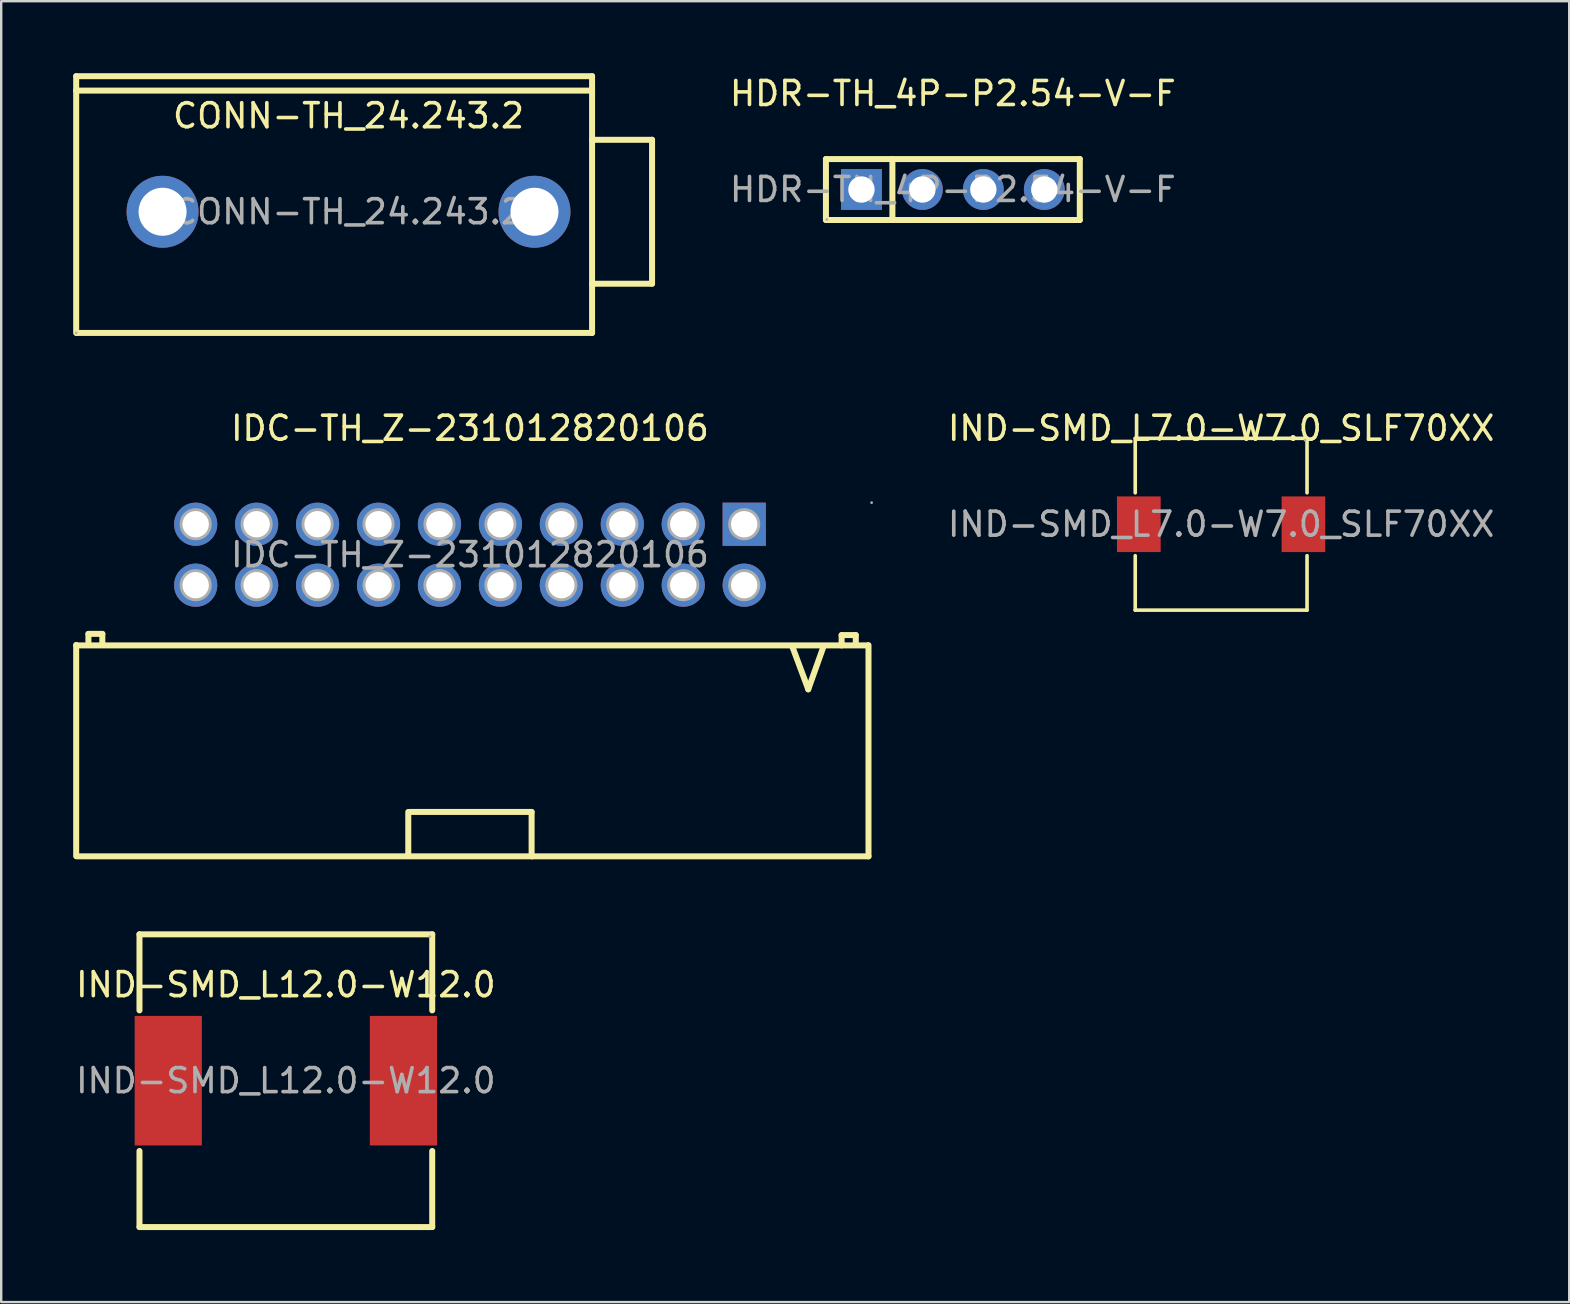
<source format=kicad_pcb>
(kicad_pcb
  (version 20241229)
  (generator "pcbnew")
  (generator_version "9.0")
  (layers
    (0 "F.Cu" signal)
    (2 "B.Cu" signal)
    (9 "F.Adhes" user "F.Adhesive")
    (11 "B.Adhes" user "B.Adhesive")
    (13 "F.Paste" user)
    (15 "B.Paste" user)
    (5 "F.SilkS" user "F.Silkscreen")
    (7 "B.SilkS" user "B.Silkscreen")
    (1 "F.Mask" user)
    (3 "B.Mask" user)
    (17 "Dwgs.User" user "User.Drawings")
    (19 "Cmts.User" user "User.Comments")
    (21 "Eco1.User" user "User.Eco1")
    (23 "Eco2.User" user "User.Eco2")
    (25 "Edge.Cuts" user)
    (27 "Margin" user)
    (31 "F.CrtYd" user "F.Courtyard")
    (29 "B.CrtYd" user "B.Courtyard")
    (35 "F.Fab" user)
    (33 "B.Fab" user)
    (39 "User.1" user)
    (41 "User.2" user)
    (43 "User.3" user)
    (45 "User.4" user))
  (footprint "IND-SMD_L7.0-W7.0_SLF70XX"
    (layer "F.Cu")
    (at 47.841 18.798)
    (property "Reference" "IND-SMD_L7.0-W7.0_SLF70XX" (at 0 -4 0) (layer "F.SilkS") (effects (font (size 1 1) (thickness 0.15))))
    (attr smd)
    (fp_line (start -3.58 -3.58) (end 3.58 -3.58) (stroke (width 0.15) (type solid)) (layer "F.SilkS"))
    (fp_line (start -3.58 -1.31) (end -3.58 -3.58) (stroke (width 0.15) (type solid)) (layer "F.SilkS"))
    (fp_line (start -3.58 1.31) (end -3.58 3.58) (stroke (width 0.15) (type solid)) (layer "F.SilkS"))
    (fp_line (start -3.58 3.58) (end 3.58 3.58) (stroke (width 0.15) (type solid)) (layer "F.SilkS"))
    (fp_line (start 3.58 -3.58) (end 3.58 -1.31) (stroke (width 0.15) (type solid)) (layer "F.SilkS"))
    (fp_line (start 3.58 3.58) (end 3.58 1.31) (stroke (width 0.15) (type solid)) (layer "F.SilkS"))
    (fp_circle (center 3.5 -3.5) (end 3.53 -3.5) (stroke (width 0.06) (type solid)) (fill no) (layer "F.Fab"))
    (fp_text user "${REFERENCE}" (at 0 0 0) (layer "F.Fab") (effects (font (size 1 1) (thickness 0.15))))
    (pad "1" smd rect (at 3.43 0) (size 1.82 2.32) (layers "F.Cu" "F.Mask" "F.Paste"))
    (pad "2" smd rect (at -3.43 0) (size 1.82 2.32) (layers "F.Cu" "F.Mask" "F.Paste")))
  (footprint "IDC-TH_Z-231012820106"
    (layer "F.Cu")
    (at 16.535 20.068)
    (property "Reference" "IDC-TH_Z-231012820106" (at 0 -5.27 0) (layer "F.SilkS") (effects (font (size 1 1) (thickness 0.15))))
    (attr through_hole)
    (fp_line (start -16.41 3.76) (end -16.41 12.56) (stroke (width 0.25) (type solid)) (layer "F.SilkS"))
    (fp_line (start -16.41 3.78) (end 16.59 3.78) (stroke (width 0.25) (type solid)) (layer "F.SilkS"))
    (fp_line (start -16.39 12.57) (end 16.61 12.57) (stroke (width 0.25) (type solid)) (layer "F.SilkS"))
    (fp_line (start -15.9 3.3) (end -15.32 3.3) (stroke (width 0.25) (type solid)) (layer "F.SilkS"))
    (fp_line (start -15.9 3.73) (end -15.9 3.3) (stroke (width 0.25) (type solid)) (layer "F.SilkS"))
    (fp_line (start -15.32 3.3) (end -15.32 3.71) (stroke (width 0.25) (type solid)) (layer "F.SilkS"))
    (fp_line (start -2.57 10.72) (end -2.57 12.52) (stroke (width 0.25) (type solid)) (layer "F.SilkS"))
    (fp_line (start -2.57 12.52) (end -2.59 12.55) (stroke (width 0.25) (type solid)) (layer "F.SilkS"))
    (fp_line (start -2.51 10.72) (end 2.57 10.72) (stroke (width 0.25) (type solid)) (layer "F.SilkS"))
    (fp_line (start 2.57 10.72) (end 2.57 12.55) (stroke (width 0.25) (type solid)) (layer "F.SilkS"))
    (fp_line (start 2.57 12.55) (end 2.59 12.57) (stroke (width 0.25) (type solid)) (layer "F.SilkS"))
    (fp_line (start 13.44 3.84) (end 13.44 3.81) (stroke (width 0.25) (type solid)) (layer "F.SilkS"))
    (fp_line (start 14.1 5.61) (end 13.44 3.84) (stroke (width 0.25) (type solid)) (layer "F.SilkS"))
    (fp_line (start 14.73 3.84) (end 14.1 5.61) (stroke (width 0.25) (type solid)) (layer "F.SilkS"))
    (fp_line (start 15.49 3.35) (end 16.08 3.35) (stroke (width 0.25) (type solid)) (layer "F.SilkS"))
    (fp_line (start 15.49 3.78) (end 15.49 3.35) (stroke (width 0.25) (type solid)) (layer "F.SilkS"))
    (fp_line (start 16.08 3.35) (end 16.08 3.76) (stroke (width 0.25) (type solid)) (layer "F.SilkS"))
    (fp_line (start 16.61 3.77) (end 16.61 12.57) (stroke (width 0.25) (type solid)) (layer "F.SilkS"))
    (fp_circle (center -11.43 -1.27) (end -11.21 -1.27) (stroke (width 0.45) (type solid)) (fill no) (layer "F.Fab"))
    (fp_circle (center -11.43 1.27) (end -11.21 1.27) (stroke (width 0.45) (type solid)) (fill no) (layer "F.Fab"))
    (fp_circle (center -8.89 -1.27) (end -8.67 -1.27) (stroke (width 0.45) (type solid)) (fill no) (layer "F.Fab"))
    (fp_circle (center -8.89 1.27) (end -8.67 1.27) (stroke (width 0.45) (type solid)) (fill no) (layer "F.Fab"))
    (fp_circle (center -6.35 -1.27) (end -6.13 -1.27) (stroke (width 0.45) (type solid)) (fill no) (layer "F.Fab"))
    (fp_circle (center -6.35 1.27) (end -6.13 1.27) (stroke (width 0.45) (type solid)) (fill no) (layer "F.Fab"))
    (fp_circle (center -3.81 -1.27) (end -3.59 -1.27) (stroke (width 0.45) (type solid)) (fill no) (layer "F.Fab"))
    (fp_circle (center -3.81 1.27) (end -3.59 1.27) (stroke (width 0.45) (type solid)) (fill no) (layer "F.Fab"))
    (fp_circle (center -1.27 -1.27) (end -1.05 -1.27) (stroke (width 0.45) (type solid)) (fill no) (layer "F.Fab"))
    (fp_circle (center -1.27 1.27) (end -1.05 1.27) (stroke (width 0.45) (type solid)) (fill no) (layer "F.Fab"))
    (fp_circle (center 1.27 -1.27) (end 1.49 -1.27) (stroke (width 0.45) (type solid)) (fill no) (layer "F.Fab"))
    (fp_circle (center 1.27 1.27) (end 1.49 1.27) (stroke (width 0.45) (type solid)) (fill no) (layer "F.Fab"))
    (fp_circle (center 3.81 -1.27) (end 4.03 -1.27) (stroke (width 0.45) (type solid)) (fill no) (layer "F.Fab"))
    (fp_circle (center 3.81 1.27) (end 4.03 1.27) (stroke (width 0.45) (type solid)) (fill no) (layer "F.Fab"))
    (fp_circle (center 6.35 -1.27) (end 6.57 -1.27) (stroke (width 0.45) (type solid)) (fill no) (layer "F.Fab"))
    (fp_circle (center 6.35 1.27) (end 6.57 1.27) (stroke (width 0.45) (type solid)) (fill no) (layer "F.Fab"))
    (fp_circle (center 8.89 -1.27) (end 9.11 -1.27) (stroke (width 0.45) (type solid)) (fill no) (layer "F.Fab"))
    (fp_circle (center 8.89 1.27) (end 9.11 1.27) (stroke (width 0.45) (type solid)) (fill no) (layer "F.Fab"))
    (fp_circle (center 11.43 -1.27) (end 11.65 -1.27) (stroke (width 0.45) (type solid)) (fill no) (layer "F.Fab"))
    (fp_circle (center 11.43 1.27) (end 11.65 1.27) (stroke (width 0.45) (type solid)) (fill no) (layer "F.Fab"))
    (fp_circle (center 16.74 -2.17) (end 16.77 -2.17) (stroke (width 0.06) (type solid)) (fill no) (layer "F.Fab"))
    (fp_text user "${REFERENCE}" (at 0 0 0) (layer "F.Fab") (effects (font (size 1 1) (thickness 0.15))))
    (pad "1" thru_hole rect (at 11.43 -1.27) (size 1.8 1.8) (drill 1.1) (layers "*.Cu" "*.Mask"))
    (pad "2" thru_hole circle (at 11.43 1.27) (size 1.8 1.8) (drill 1.1) (layers "*.Cu" "*.Mask"))
    (pad "3" thru_hole circle (at 8.89 -1.27) (size 1.8 1.8) (drill 1.1) (layers "*.Cu" "*.Mask"))
    (pad "4" thru_hole circle (at 8.89 1.27) (size 1.8 1.8) (drill 1.1) (layers "*.Cu" "*.Mask"))
    (pad "5" thru_hole circle (at 6.35 -1.27) (size 1.8 1.8) (drill 1.1) (layers "*.Cu" "*.Mask"))
    (pad "6" thru_hole circle (at 6.35 1.27) (size 1.8 1.8) (drill 1.1) (layers "*.Cu" "*.Mask"))
    (pad "7" thru_hole circle (at 3.81 -1.27) (size 1.8 1.8) (drill 1.1) (layers "*.Cu" "*.Mask"))
    (pad "8" thru_hole circle (at 3.81 1.27) (size 1.8 1.8) (drill 1.1) (layers "*.Cu" "*.Mask"))
    (pad "9" thru_hole circle (at 1.27 -1.27) (size 1.8 1.8) (drill 1.1) (layers "*.Cu" "*.Mask"))
    (pad "10" thru_hole circle (at 1.27 1.27) (size 1.8 1.8) (drill 1.1) (layers "*.Cu" "*.Mask"))
    (pad "11" thru_hole circle (at -1.27 -1.27) (size 1.8 1.8) (drill 1.1) (layers "*.Cu" "*.Mask"))
    (pad "12" thru_hole circle (at -1.27 1.27) (size 1.8 1.8) (drill 1.1) (layers "*.Cu" "*.Mask"))
    (pad "13" thru_hole circle (at -3.81 -1.27) (size 1.8 1.8) (drill 1.1) (layers "*.Cu" "*.Mask"))
    (pad "14" thru_hole circle (at -3.81 1.27) (size 1.8 1.8) (drill 1.1) (layers "*.Cu" "*.Mask"))
    (pad "15" thru_hole circle (at -6.35 -1.27) (size 1.8 1.8) (drill 1.1) (layers "*.Cu" "*.Mask"))
    (pad "16" thru_hole circle (at -6.35 1.27) (size 1.8 1.8) (drill 1.1) (layers "*.Cu" "*.Mask"))
    (pad "17" thru_hole circle (at -8.89 -1.27) (size 1.8 1.8) (drill 1.1) (layers "*.Cu" "*.Mask"))
    (pad "18" thru_hole circle (at -8.89 1.27) (size 1.8 1.8) (drill 1.1) (layers "*.Cu" "*.Mask"))
    (pad "19" thru_hole circle (at -11.43 -1.27) (size 1.8 1.8) (drill 1.1) (layers "*.Cu" "*.Mask"))
    (pad "20" thru_hole circle (at -11.43 1.27) (size 1.8 1.8) (drill 1.1) (layers "*.Cu" "*.Mask")))
  (footprint "HDR-TH_4P-P2.54-V-F"
    (layer "F.Cu")
    (at 36.661 4.848)
    (property "Reference" "HDR-TH_4P-P2.54-V-F" (at 0 -4 0) (layer "F.SilkS") (effects (font (size 1 1) (thickness 0.15))))
    (attr through_hole)
    (fp_line (start -5.29 -1.27) (end -5.29 1.27) (stroke (width 0.25) (type solid)) (layer "F.SilkS"))
    (fp_line (start -5.29 -1.27) (end 5.29 -1.27) (stroke (width 0.25) (type solid)) (layer "F.SilkS"))
    (fp_line (start -5.29 1.27) (end 5.29 1.27) (stroke (width 0.25) (type solid)) (layer "F.SilkS"))
    (fp_line (start -2.52 -1.27) (end -2.52 1.27) (stroke (width 0.25) (type solid)) (layer "F.SilkS"))
    (fp_line (start 5.29 -1.27) (end 5.29 1.27) (stroke (width 0.25) (type solid)) (layer "F.SilkS"))
    (fp_circle (center -5.25 1.25) (end -5.22 1.25) (stroke (width 0.06) (type solid)) (fill no) (layer "F.Fab"))
    (fp_text user "${REFERENCE}" (at 0 0 0) (layer "F.Fab") (effects (font (size 1 1) (thickness 0.15))))
    (pad "1" thru_hole rect (at -3.81 0) (size 1.7 1.7) (drill 1.1) (layers "*.Cu" "*.Mask"))
    (pad "2" thru_hole circle (at -1.27 0) (size 1.7 1.7) (drill 1.1) (layers "*.Cu" "*.Mask"))
    (pad "3" thru_hole circle (at 1.27 0) (size 1.7 1.7) (drill 1.1) (layers "*.Cu" "*.Mask"))
    (pad "4" thru_hole circle (at 3.81 0) (size 1.7 1.7) (drill 1.1) (layers "*.Cu" "*.Mask")))
  (footprint "IND-SMD_L12.0-W12.0"
    (layer "F.Cu")
    (at 8.863 41.988)
    (property "Reference" "IND-SMD_L12.0-W12.0" (at 0 -4 0) (layer "F.SilkS") (effects (font (size 1 1) (thickness 0.15))))
    (attr smd)
    (fp_line (start -6.1 -6.1) (end -6.1 -2.93) (stroke (width 0.25) (type solid)) (layer "F.SilkS"))
    (fp_line (start -6.1 2.93) (end -6.1 6.1) (stroke (width 0.25) (type solid)) (layer "F.SilkS"))
    (fp_line (start -6.1 6.1) (end 6.1 6.1) (stroke (width 0.25) (type solid)) (layer "F.SilkS"))
    (fp_line (start 6.1 -6.1) (end -6.1 -6.1) (stroke (width 0.25) (type solid)) (layer "F.SilkS"))
    (fp_line (start 6.1 -2.93) (end 6.1 -6.1) (stroke (width 0.25) (type solid)) (layer "F.SilkS"))
    (fp_line (start 6.1 6.1) (end 6.1 2.93) (stroke (width 0.25) (type solid)) (layer "F.SilkS"))
    (fp_circle (center 6 -6) (end 6.03 -6) (stroke (width 0.06) (type solid)) (fill no) (layer "F.Fab"))
    (fp_text user "${REFERENCE}" (at 0 0 0) (layer "F.Fab") (effects (font (size 1 1) (thickness 0.15))))
    (pad "1" smd rect (at 4.9 0 90) (size 5.4 2.8) (layers "F.Cu" "F.Mask" "F.Paste"))
    (pad "2" smd rect (at -4.9 0 90) (size 5.4 2.8) (layers "F.Cu" "F.Mask" "F.Paste")))
  (footprint "CONN-TH_24.243.2"
    (layer "F.Cu")
    (at 11.475 5.775)
    (property "Reference" "CONN-TH_24.243.2" (at 0 -4 0) (layer "F.SilkS") (effects (font (size 1 1) (thickness 0.15))))
    (attr through_hole)
    (fp_line (start -11.35 -5.65) (end 10.15 -5.65) (stroke (width 0.25) (type solid)) (layer "F.SilkS"))
    (fp_line (start -11.35 -5.05) (end -11.35 -5.65) (stroke (width 0.25) (type solid)) (layer "F.SilkS"))
    (fp_line (start -11.35 -5.05) (end 10.15 -5.05) (stroke (width 0.25) (type solid)) (layer "F.SilkS"))
    (fp_line (start -11.35 5.05) (end -11.35 -5.05) (stroke (width 0.25) (type solid)) (layer "F.SilkS"))
    (fp_line (start 10.15 -5.65) (end 10.15 -5.05) (stroke (width 0.25) (type solid)) (layer "F.SilkS"))
    (fp_line (start 10.15 -5.05) (end 10.15 5.05) (stroke (width 0.25) (type solid)) (layer "F.SilkS"))
    (fp_line (start 10.15 -3) (end 12.65 -3) (stroke (width 0.25) (type solid)) (layer "F.SilkS"))
    (fp_line (start 10.15 5.05) (end -11.32 5.05) (stroke (width 0.25) (type solid)) (layer "F.SilkS"))
    (fp_line (start 12.65 -3) (end 12.65 3) (stroke (width 0.25) (type solid)) (layer "F.SilkS"))
    (fp_line (start 12.65 3) (end 10.15 3) (stroke (width 0.25) (type solid)) (layer "F.SilkS"))
    (fp_circle (center -11.35 5.05) (end -11.32 5.05) (stroke (width 0.06) (type solid)) (fill no) (layer "F.Fab"))
    (fp_text user "${REFERENCE}" (at 0 0 0) (layer "F.Fab") (effects (font (size 1 1) (thickness 0.15))))
    (pad "1" thru_hole circle (at -7.75 0) (size 3 3) (drill 2) (layers "*.Cu" "*.Mask"))
    (pad "2" thru_hole circle (at 7.75 0) (size 3 3) (drill 2) (layers "*.Cu" "*.Mask")))
  (gr_rect
    (start -3 -3)
    (end 62.347 51.213)
    (stroke (width 0.1) (type default))
    (fill no)
    (layer "Edge.Cuts")))
</source>
